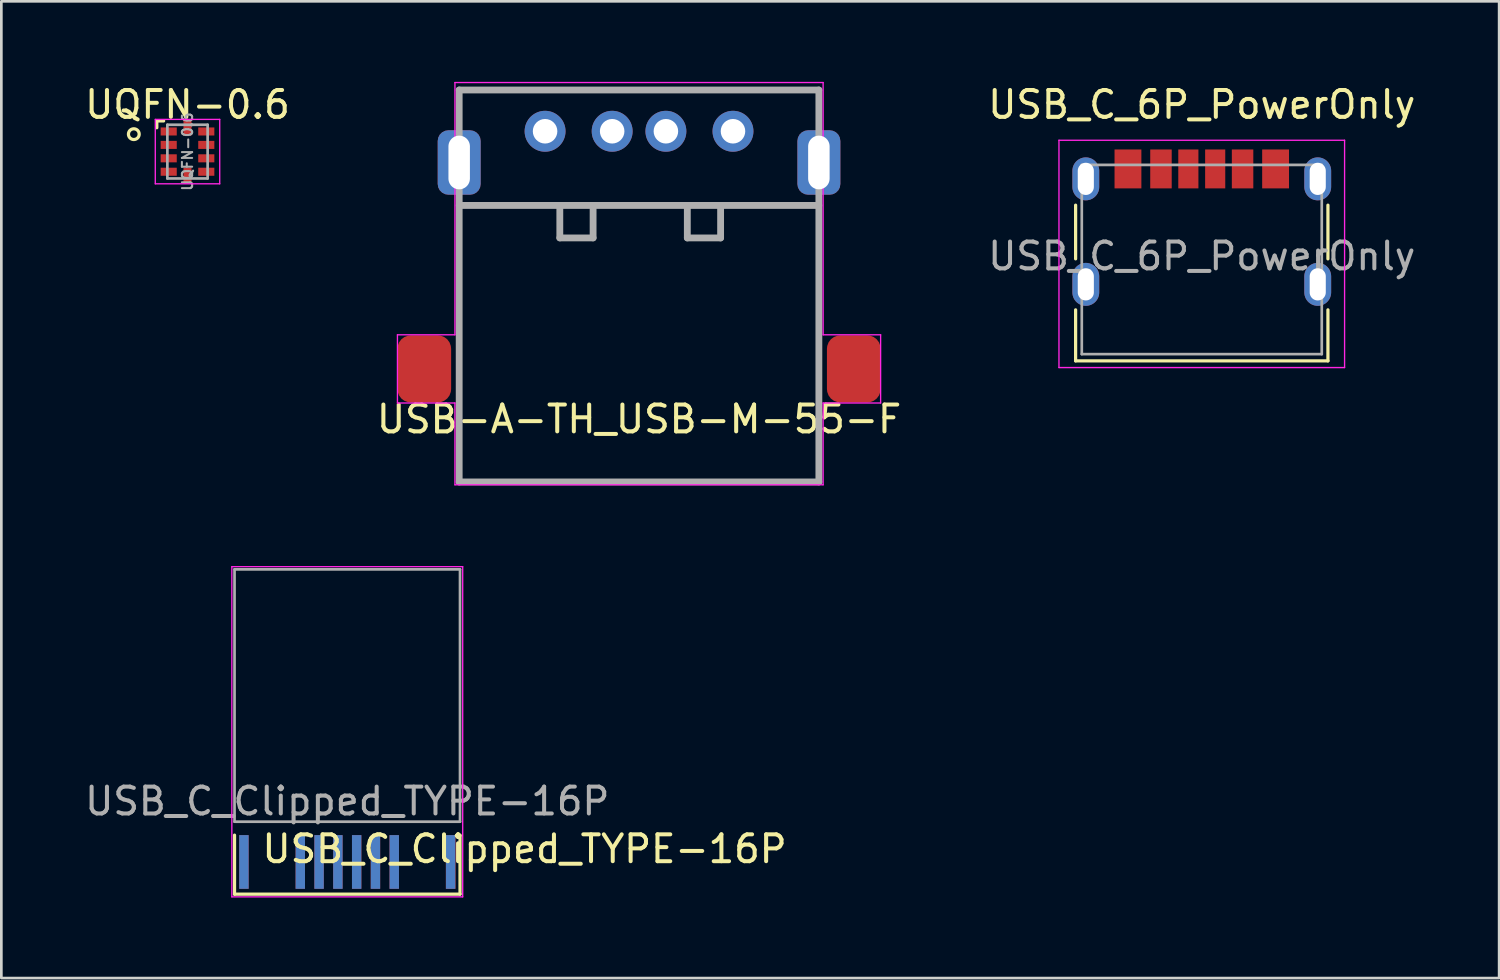
<source format=kicad_pcb>
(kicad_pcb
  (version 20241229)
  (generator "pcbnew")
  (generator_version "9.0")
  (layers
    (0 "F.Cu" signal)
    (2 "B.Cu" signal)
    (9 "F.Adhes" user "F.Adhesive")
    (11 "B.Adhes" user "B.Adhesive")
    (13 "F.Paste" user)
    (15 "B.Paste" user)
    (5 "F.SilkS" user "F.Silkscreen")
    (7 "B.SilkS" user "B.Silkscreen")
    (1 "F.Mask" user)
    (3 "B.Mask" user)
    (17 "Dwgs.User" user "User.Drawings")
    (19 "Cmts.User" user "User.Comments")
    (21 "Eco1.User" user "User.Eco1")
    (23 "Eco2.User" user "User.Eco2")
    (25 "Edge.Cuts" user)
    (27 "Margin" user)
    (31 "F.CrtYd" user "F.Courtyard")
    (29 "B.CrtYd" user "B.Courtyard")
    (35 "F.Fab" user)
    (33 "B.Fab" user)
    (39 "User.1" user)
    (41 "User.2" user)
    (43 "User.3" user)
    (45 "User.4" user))
  (footprint "USB-A-TH_USB-M-55-F"
    (layer "F.Cu")
    (at 20.756 1.803)
    (property "Reference" "USB-A-TH_USB-M-55-F" (at 0 10.762 0) (layer "F.SilkS") (effects (font (size 1 1) (thickness 0.15))))
    (attr through_hole)
    (fp_line (start -6.7 -1.506) (end -6.7 0.254) (stroke (width 0.127) (type solid)) (layer "F.SilkS"))
    (fp_line (start -6.7 -1.506) (end 6.7 -1.506) (stroke (width 0.127) (type solid)) (layer "F.SilkS"))
    (fp_line (start -6.7 2.794) (end 6.7 2.794) (stroke (width 0.127) (type solid)) (layer "F.SilkS"))
    (fp_line (start 6.7 -1.506) (end 6.7 0.254) (stroke (width 0.12) (type solid)) (layer "F.SilkS"))
    (fp_line (start -9 7.62) (end -9 10.16) (stroke (width 0.05) (type solid)) (layer "F.CrtYd"))
    (fp_line (start -9 10.16) (end -6.858 10.16) (stroke (width 0.05) (type solid)) (layer "F.CrtYd"))
    (fp_line (start -6.858 -1.778) (end -6.858 7.62) (stroke (width 0.05) (type solid)) (layer "F.CrtYd"))
    (fp_line (start -6.858 7.62) (end -9 7.62) (stroke (width 0.05) (type solid)) (layer "F.CrtYd"))
    (fp_line (start -6.858 10.16) (end -6.858 13.208) (stroke (width 0.05) (type solid)) (layer "F.CrtYd"))
    (fp_line (start -6.858 13.208) (end 6.858 13.208) (stroke (width 0.05) (type solid)) (layer "F.CrtYd"))
    (fp_line (start 6.858 -1.778) (end -6.858 -1.778) (stroke (width 0.05) (type solid)) (layer "F.CrtYd"))
    (fp_line (start 6.858 7.62) (end 6.858 -1.778) (stroke (width 0.05) (type solid)) (layer "F.CrtYd"))
    (fp_line (start 6.858 10.16) (end 9 10.16) (stroke (width 0.05) (type solid)) (layer "F.CrtYd"))
    (fp_line (start 6.858 13.208) (end 6.858 10.16) (stroke (width 0.05) (type solid)) (layer "F.CrtYd"))
    (fp_line (start 9 7.62) (end 6.858 7.62) (stroke (width 0.05) (type solid)) (layer "F.CrtYd"))
    (fp_line (start 9 10.16) (end 9 7.62) (stroke (width 0.05) (type solid)) (layer "F.CrtYd"))
    (fp_line (start -6.7 -1.5) (end -6.7 13.1) (stroke (width 0.254) (type solid)) (layer "F.Fab"))
    (fp_line (start -6.7 -1.5) (end 6.7 -1.5) (stroke (width 0.254) (type solid)) (layer "F.Fab"))
    (fp_line (start -6.7 2.8) (end 6.7 2.8) (stroke (width 0.254) (type solid)) (layer "F.Fab"))
    (fp_line (start -2.951 2.8) (end -2.951 4.01) (stroke (width 0.254) (type solid)) (layer "F.Fab"))
    (fp_line (start -2.951 4.01) (end -1.711 4.01) (stroke (width 0.254) (type solid)) (layer "F.Fab"))
    (fp_line (start -1.711 4.01) (end -1.711 2.8) (stroke (width 0.254) (type solid)) (layer "F.Fab"))
    (fp_line (start 1.799 2.8) (end 1.799 4.011) (stroke (width 0.254) (type solid)) (layer "F.Fab"))
    (fp_line (start 1.799 4.011) (end 3.039 4.011) (stroke (width 0.254) (type solid)) (layer "F.Fab"))
    (fp_line (start 3.039 4.011) (end 3.039 2.8) (stroke (width 0.254) (type solid)) (layer "F.Fab"))
    (fp_line (start 6.7 -1.5) (end 6.7 13.1) (stroke (width 0.254) (type solid)) (layer "F.Fab"))
    (fp_line (start 6.7 13.1) (end -6.7 13.1) (stroke (width 0.254) (type solid)) (layer "F.Fab"))
    (pad "1" thru_hole circle (at -3.5 0.037) (size 1.524 1.524) (drill 0.914) (layers "*.Cu" "*.Mask"))
    (pad "2" thru_hole circle (at -1.001 0.037) (size 1.524 1.524) (drill 0.914) (layers "*.Cu" "*.Mask"))
    (pad "3" thru_hole circle (at 1.001 0.037) (size 1.524 1.524) (drill 0.914) (layers "*.Cu" "*.Mask"))
    (pad "4" thru_hole circle (at 3.5 0.037) (size 1.524 1.524) (drill 0.914) (layers "*.Cu" "*.Mask"))
    (pad "5" smd roundrect (at -8 8.89) (size 2 2.5) (layers "F.Cu" "F.Mask" "F.Paste") (roundrect_rratio 0.25))
    (pad "5" thru_hole roundrect (at -6.7 1.2) (size 1.6 2.4) (drill oval 0.8 2) (layers "*.Cu" "*.Mask") (roundrect_rratio 0.25))
    (pad "5" thru_hole roundrect (at 6.7 1.2 180) (size 1.6 2.4) (drill oval 0.8 2) (layers "*.Cu" "*.Mask") (roundrect_rratio 0.25))
    (pad "5" smd roundrect (at 8 8.89) (size 2 2.5) (layers "F.Cu" "F.Mask" "F.Paste") (roundrect_rratio 0.25)))
  (footprint "USB_C_Clipped_TYPE-16P"
    (layer "F.Cu")
    (at 9.887 27.561)
    (property "Reference" "USB_C_Clipped_TYPE-16P" (at 6.604 1.016 0) (layer "F.SilkS") (effects (font (size 1 1) (thickness 0.15))))
    (attr smd)
    (fp_line (start -4.2 0.5) (end -4.2 2.7) (stroke (width 0.12) (type solid)) (layer "F.SilkS"))
    (fp_line (start -4.2 2.7) (end 4.2 2.7) (stroke (width 0.12) (type solid)) (layer "F.SilkS"))
    (fp_line (start 4.2 0.5) (end 4.2 2.7) (stroke (width 0.12) (type solid)) (layer "F.SilkS"))
    (fp_line (start -4.3 -9.5) (end -4.3 2.8) (stroke (width 0.05) (type solid)) (layer "F.CrtYd"))
    (fp_line (start -4.3 -9.5) (end 4.3 -9.5) (stroke (width 0.05) (type solid)) (layer "F.CrtYd"))
    (fp_line (start -4.3 2.8) (end 4.3 2.8) (stroke (width 0.05) (type solid)) (layer "F.CrtYd"))
    (fp_line (start 4.3 -9.5) (end 4.3 2.8) (stroke (width 0.05) (type solid)) (layer "F.CrtYd"))
    (fp_line (start -4.2 -9.4) (end -4.2 0) (stroke (width 0.1) (type solid)) (layer "F.Fab"))
    (fp_line (start -4.2 -9.4) (end 4.2 -9.4) (stroke (width 0.1) (type solid)) (layer "F.Fab"))
    (fp_line (start -4.2 0) (end 4.2 0) (stroke (width 0.1) (type solid)) (layer "F.Fab"))
    (fp_line (start 4.2 -9.4) (end 4.2 0) (stroke (width 0.1) (type solid)) (layer "F.Fab"))
    (fp_text user "${REFERENCE}" (at 0 -0.762 0) (layer "F.Fab") (effects (font (size 1 1) (thickness 0.15))))
    (pad "A1" smd rect (at 3.85 1.5 180) (size 0.35 2) (layers "F.Cu" "F.Mask" "F.Paste"))
    (pad "A4" smd rect (at 1.75 1.5 180) (size 0.35 2) (layers "F.Cu" "F.Mask" "F.Paste"))
    (pad "A5" smd rect (at 1.05 1.5 180) (size 0.35 2) (layers "F.Cu" "F.Mask" "F.Paste"))
    (pad "A6" smd rect (at 0.35 1.5 180) (size 0.35 2) (layers "F.Cu" "F.Mask" "F.Paste"))
    (pad "A7" smd rect (at -0.35 1.5 180) (size 0.35 2) (layers "F.Cu" "F.Mask" "F.Paste"))
    (pad "A8" smd rect (at -1.05 1.5 180) (size 0.35 2) (layers "F.Cu" "F.Mask" "F.Paste"))
    (pad "A9" smd rect (at -1.75 1.5 180) (size 0.35 2) (layers "F.Cu" "F.Mask" "F.Paste"))
    (pad "A12" smd rect (at -3.85 1.5 180) (size 0.35 2) (layers "F.Cu" "F.Mask" "F.Paste"))
    (pad "B1" smd rect (at -3.85 1.5 180) (size 0.35 2) (layers "B.Cu" "B.Mask" "B.Paste"))
    (pad "B4" smd rect (at -1.75 1.5 180) (size 0.35 2) (layers "B.Cu" "B.Mask" "B.Paste"))
    (pad "B5" smd rect (at -1.05 1.5 180) (size 0.35 2) (layers "B.Cu" "B.Mask" "B.Paste"))
    (pad "B6" smd rect (at -0.35 1.5 180) (size 0.35 2) (layers "B.Cu" "B.Mask" "B.Paste"))
    (pad "B7" smd rect (at 0.35 1.5 180) (size 0.35 2) (layers "B.Cu" "B.Mask" "B.Paste"))
    (pad "B8" smd rect (at 1.05 1.5 180) (size 0.35 2) (layers "B.Cu" "B.Mask" "B.Paste"))
    (pad "B9" smd rect (at 1.75 1.5 180) (size 0.35 2) (layers "B.Cu" "B.Mask" "B.Paste"))
    (pad "B12" smd rect (at 3.85 1.5 180) (size 0.35 2) (layers "B.Cu" "B.Mask" "B.Paste"))
    (pad "S1" smd rect (at 3.85 1.5 180) (size 0.35 2) (layers "F.Cu" "F.Mask" "F.Paste")))
  (footprint "UQFN-0.6"
    (layer "F.Cu")
    (at 3.935 2.598)
    (property "Reference" "UQFN-0.6" (at 0 -1.75 0) (layer "F.SilkS") (effects (font (size 1 1) (thickness 0.15))))
    (attr smd)
    (fp_line (start -1.143 -1.143) (end -1.143 -0.889) (stroke (width 0.12) (type solid)) (layer "F.SilkS"))
    (fp_line (start -1.143 -1.143) (end -0.889 -1.143) (stroke (width 0.12) (type solid)) (layer "F.SilkS"))
    (fp_circle (center -2 -0.65) (end -1.8 -0.65) (stroke (width 0.12) (type solid)) (fill no) (layer "F.SilkS"))
    (fp_line (start -1.2 -1.2) (end 1.2 -1.2) (stroke (width 0.05) (type solid)) (layer "F.CrtYd"))
    (fp_line (start -1.2 1.2) (end -1.2 -1.2) (stroke (width 0.05) (type solid)) (layer "F.CrtYd"))
    (fp_line (start 1.2 -1.2) (end 1.2 1.2) (stroke (width 0.05) (type solid)) (layer "F.CrtYd"))
    (fp_line (start 1.2 1.2) (end -1.2 1.2) (stroke (width 0.05) (type solid)) (layer "F.CrtYd"))
    (fp_line (start -0.75 -1) (end -0.75 1) (stroke (width 0.1) (type solid)) (layer "F.Fab"))
    (fp_line (start -0.75 -1) (end 0.75 -1) (stroke (width 0.1) (type solid)) (layer "F.Fab"))
    (fp_line (start 0.75 -1) (end 0.75 1) (stroke (width 0.1) (type solid)) (layer "F.Fab"))
    (fp_line (start 0.75 1) (end -0.75 1) (stroke (width 0.1) (type solid)) (layer "F.Fab"))
    (fp_text user "${REFERENCE}" (at 0 0 90) (layer "F.Fab") (effects (font (size 0.381 0.381) (thickness 0.076))))
    (pad "1" smd rect (at -0.7 -0.75) (size 0.6 0.3) (layers "F.Cu" "F.Mask" "F.Paste"))
    (pad "2" smd rect (at -0.7 -0.25) (size 0.6 0.3) (layers "F.Cu" "F.Mask" "F.Paste"))
    (pad "3" smd rect (at -0.7 0.25) (size 0.6 0.3) (layers "F.Cu" "F.Mask" "F.Paste"))
    (pad "4" smd rect (at -0.7 0.75) (size 0.6 0.3) (layers "F.Cu" "F.Mask" "F.Paste"))
    (pad "5" smd rect (at 0 0.9) (size 0.3 0.6) (layers "F.Cu" "F.Mask" "F.Paste"))
    (pad "6" smd rect (at 0.7 0.75 180) (size 0.6 0.3) (layers "F.Cu" "F.Mask" "F.Paste"))
    (pad "7" smd rect (at 0.7 0.25 180) (size 0.6 0.3) (layers "F.Cu" "F.Mask" "F.Paste"))
    (pad "8" smd rect (at 0.7 -0.25) (size 0.6 0.3) (layers "F.Cu" "F.Mask" "F.Paste"))
    (pad "9" smd rect (at 0.7 -0.75) (size 0.6 0.3) (layers "F.Cu" "F.Mask" "F.Paste"))
    (pad "10" smd rect (at 0 -0.9) (size 0.3 0.6) (layers "F.Cu" "F.Mask" "F.Paste")))
  (footprint "USB_C_6P_PowerOnly"
    (layer "F.Cu")
    (at 41.72 6.493)
    (property "Reference" "USB_C_6P_PowerOnly" (at 0 -5.645 0) (layer "F.SilkS") (effects (font (size 1 1) (thickness 0.15))))
    (attr smd)
    (fp_line (start -4.7 -1.9) (end -4.7 0.1) (stroke (width 0.12) (type solid)) (layer "F.SilkS"))
    (fp_line (start -4.7 2) (end -4.7 3.9) (stroke (width 0.12) (type solid)) (layer "F.SilkS"))
    (fp_line (start -4.7 3.9) (end 4.7 3.9) (stroke (width 0.12) (type solid)) (layer "F.SilkS"))
    (fp_line (start 4.7 -1.9) (end 4.7 0.1) (stroke (width 0.12) (type solid)) (layer "F.SilkS"))
    (fp_line (start 4.7 2) (end 4.7 3.9) (stroke (width 0.12) (type solid)) (layer "F.SilkS"))
    (fp_line (start -5.32 -4.318) (end -5.32 4.15) (stroke (width 0.05) (type solid)) (layer "F.CrtYd"))
    (fp_line (start -5.32 -4.318) (end 5.32 -4.318) (stroke (width 0.05) (type solid)) (layer "F.CrtYd"))
    (fp_line (start -5.32 4.15) (end 5.32 4.15) (stroke (width 0.05) (type solid)) (layer "F.CrtYd"))
    (fp_line (start 5.32 -4.318) (end 5.32 4.15) (stroke (width 0.05) (type solid)) (layer "F.CrtYd"))
    (fp_line (start -4.47 -3.4) (end -4.47 3.65) (stroke (width 0.1) (type solid)) (layer "F.Fab"))
    (fp_line (start -4.47 -3.4) (end 4.47 -3.4) (stroke (width 0.1) (type solid)) (layer "F.Fab"))
    (fp_line (start -4.47 3.65) (end 4.47 3.65) (stroke (width 0.1) (type solid)) (layer "F.Fab"))
    (fp_line (start 4.47 -3.4) (end 4.47 3.65) (stroke (width 0.1) (type solid)) (layer "F.Fab"))
    (fp_text user "${REFERENCE}" (at 0 0 0) (layer "F.Fab") (effects (font (size 1 1) (thickness 0.15))))
    (pad "A5" smd rect (at -0.5 -3.25) (size 0.75 1.45) (layers "F.Cu" "F.Mask" "F.Paste"))
    (pad "A9" smd rect (at 1.52 -3.25) (size 0.8 1.45) (layers "F.Cu" "F.Mask" "F.Paste"))
    (pad "A12" smd rect (at 2.75 -3.25) (size 1 1.45) (layers "F.Cu" "F.Mask" "F.Paste"))
    (pad "B5" smd rect (at 0.5 -3.25) (size 0.75 1.45) (layers "F.Cu" "F.Mask" "F.Paste"))
    (pad "B9" smd rect (at -1.52 -3.25) (size 0.8 1.45) (layers "F.Cu" "F.Mask" "F.Paste"))
    (pad "B12" smd rect (at -2.75 -3.25) (size 1 1.45) (layers "F.Cu" "F.Mask" "F.Paste"))
    (pad "S1" thru_hole oval (at -4.32 -2.88) (size 1 1.6) (drill oval 0.6 1.2) (layers "*.Cu" "*.Mask"))
    (pad "S1" thru_hole oval (at -4.32 1.05) (size 1 1.6) (drill oval 0.6 1.2) (layers "*.Cu" "*.Mask"))
    (pad "S1" thru_hole oval (at 4.32 -2.88) (size 1 1.6) (drill oval 0.6 1.2) (layers "*.Cu" "*.Mask"))
    (pad "S1" thru_hole oval (at 4.32 1.05) (size 1 1.6) (drill oval 0.6 1.2) (layers "*.Cu" "*.Mask")))
  (gr_rect
    (start -3 -3)
    (end 52.798 33.386)
    (stroke (width 0.1) (type default))
    (fill no)
    (layer "Edge.Cuts")))
</source>
